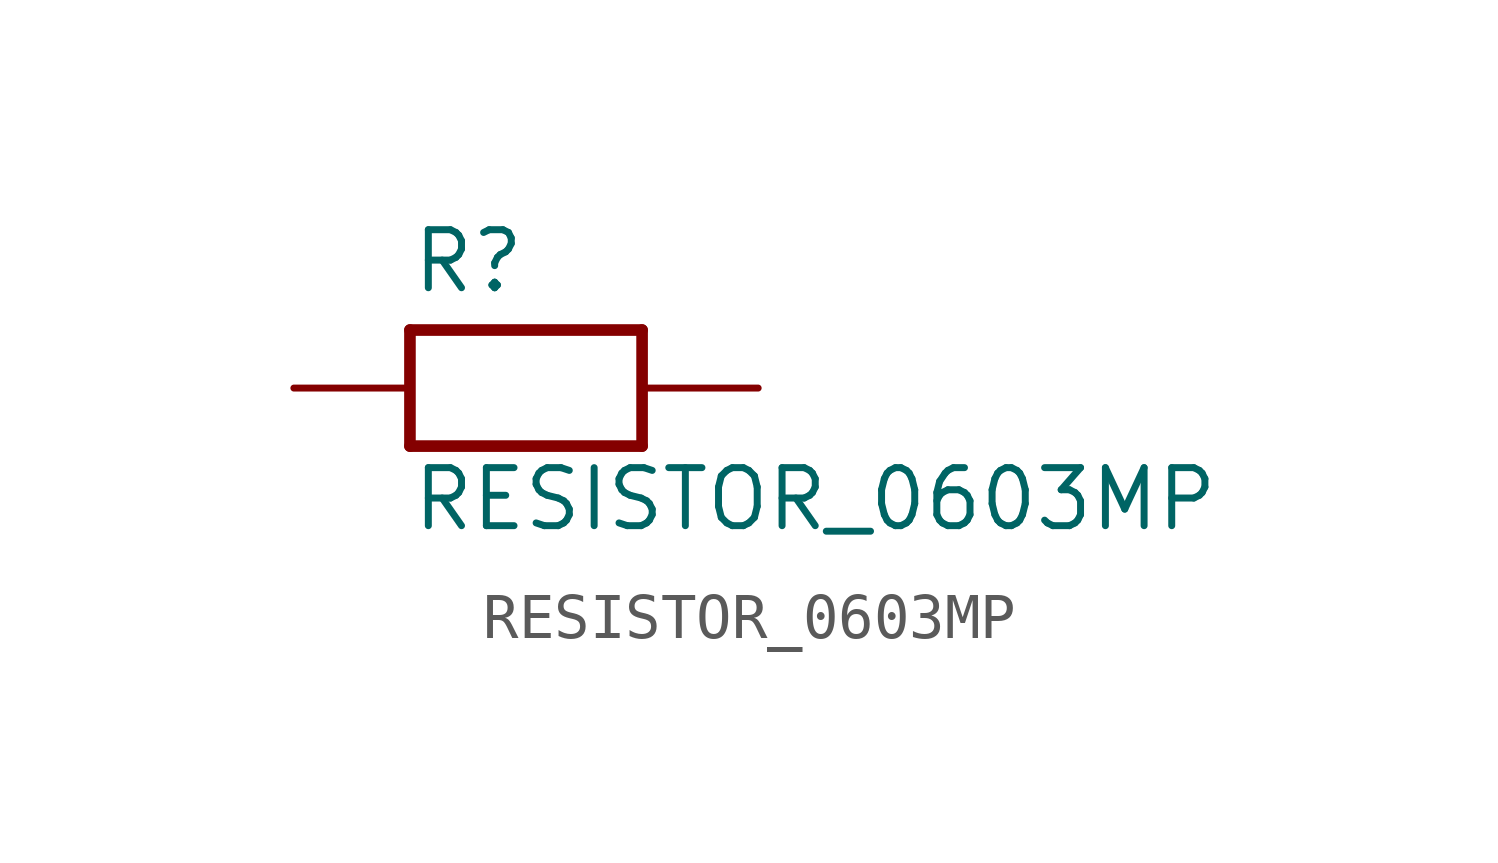
<source format=kicad_sym>
(kicad_symbol_lib
  (version 20211014)
  (generator kicad_symbol_editor)
  (symbol "RESISTOR_0603MP"
    (property "Reference" "R"
      (at -2.54 2.032 0)
      (effects (font (size 1.27 1.27)) (justify left bottom)))
    (property "Value" "RESISTOR_0603MP"
      (at -2.54 -3.175 0)
      (effects (font (size 1.27 1.27)) (justify left bottom)))
    (property "ki_locked" ""
      (at 0 0 0)
      (effects (font (size 1.27 1.27))))
    (symbol "RESISTOR_0603MP_1_0"
      (polyline (pts (xy -2.54 -1.27) (xy -2.54 1.27)) (stroke (width 0.254) (type default) (color 0 0 0 0)) (fill (type none)))
      (polyline (pts (xy -2.54 1.27) (xy 2.54 1.27)) (stroke (width 0.254) (type default) (color 0 0 0 0)) (fill (type none)))
      (polyline (pts (xy 2.54 -1.27) (xy -2.54 -1.27)) (stroke (width 0.254) (type default) (color 0 0 0 0)) (fill (type none)))
      (polyline (pts (xy 2.54 1.27) (xy 2.54 -1.27)) (stroke (width 0.254) (type default) (color 0 0 0 0)) (fill (type none)))
      (pin passive line (at -5.08 0 0) (length 2.54) (name "1" (effects (font (size 0 0)))) (number "1" (effects (font (size 0 0)))))
      (pin passive line (at 5.08 0 180) (length 2.54) (name "2" (effects (font (size 0 0)))) (number "2" (effects (font (size 0 0))))))))
</source>
